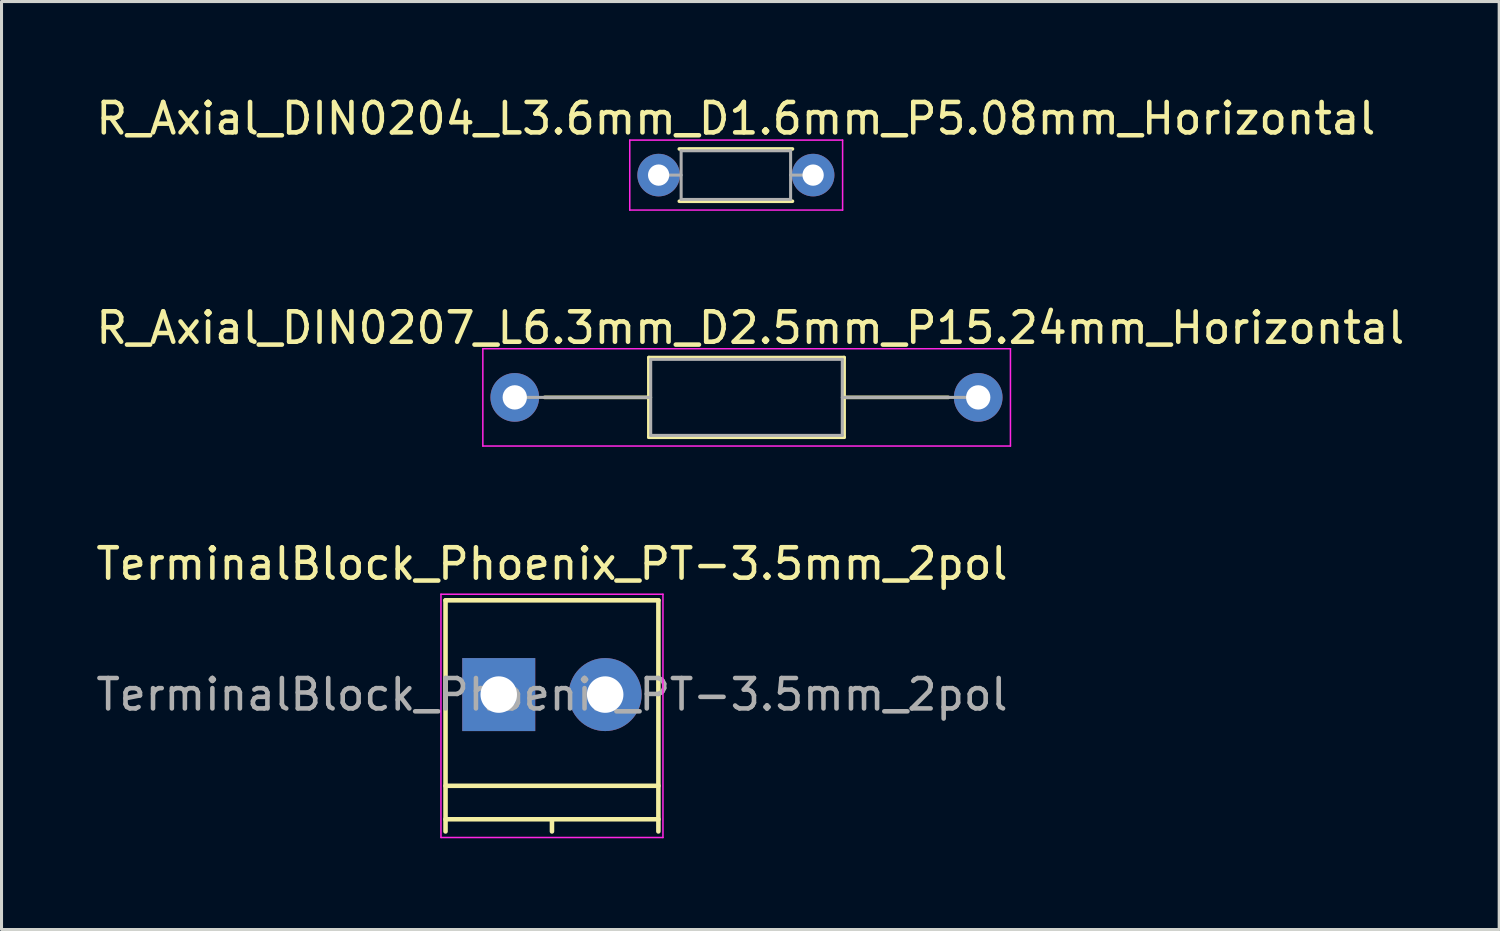
<source format=kicad_pcb>
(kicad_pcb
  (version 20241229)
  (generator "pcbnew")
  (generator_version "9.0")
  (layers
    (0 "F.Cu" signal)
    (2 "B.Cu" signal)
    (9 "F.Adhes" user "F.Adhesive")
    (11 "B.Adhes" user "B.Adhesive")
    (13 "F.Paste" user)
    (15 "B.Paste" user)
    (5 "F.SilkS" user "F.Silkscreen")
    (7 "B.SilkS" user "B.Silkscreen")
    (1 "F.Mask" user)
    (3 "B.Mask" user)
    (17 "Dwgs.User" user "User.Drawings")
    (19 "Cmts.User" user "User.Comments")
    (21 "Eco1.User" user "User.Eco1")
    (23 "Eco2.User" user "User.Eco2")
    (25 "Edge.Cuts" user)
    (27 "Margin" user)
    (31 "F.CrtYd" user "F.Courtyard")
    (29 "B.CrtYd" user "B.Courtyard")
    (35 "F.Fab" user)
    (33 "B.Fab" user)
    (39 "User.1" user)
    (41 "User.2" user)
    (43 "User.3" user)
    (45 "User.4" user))
  (footprint "R_Axial_DIN0204_L3.6mm_D1.6mm_P5.08mm_Horizontal"
    (layer "F.Cu")
    (at 18.609 2.708)
    (property "Reference" "R_Axial_DIN0204_L3.6mm_D1.6mm_P5.08mm_Horizontal" (at 2.54 -1.86 0) (layer "F.SilkS") (effects (font (size 1 1) (thickness 0.15))))
    (attr through_hole)
    (fp_line (start 0.68 -0.86) (end 4.4 -0.86) (stroke (width 0.12) (type solid)) (layer "F.SilkS"))
    (fp_line (start 0.68 0.86) (end 4.4 0.86) (stroke (width 0.12) (type solid)) (layer "F.SilkS"))
    (fp_line (start -0.95 -1.15) (end -0.95 1.15) (stroke (width 0.05) (type solid)) (layer "F.CrtYd"))
    (fp_line (start -0.95 1.15) (end 6.05 1.15) (stroke (width 0.05) (type solid)) (layer "F.CrtYd"))
    (fp_line (start 6.05 -1.15) (end -0.95 -1.15) (stroke (width 0.05) (type solid)) (layer "F.CrtYd"))
    (fp_line (start 6.05 1.15) (end 6.05 -1.15) (stroke (width 0.05) (type solid)) (layer "F.CrtYd"))
    (fp_line (start 0 0) (end 0.74 0) (stroke (width 0.1) (type solid)) (layer "F.Fab"))
    (fp_line (start 0.74 -0.8) (end 0.74 0.8) (stroke (width 0.1) (type solid)) (layer "F.Fab"))
    (fp_line (start 0.74 0.8) (end 4.34 0.8) (stroke (width 0.1) (type solid)) (layer "F.Fab"))
    (fp_line (start 4.34 -0.8) (end 0.74 -0.8) (stroke (width 0.1) (type solid)) (layer "F.Fab"))
    (fp_line (start 4.34 0.8) (end 4.34 -0.8) (stroke (width 0.1) (type solid)) (layer "F.Fab"))
    (fp_line (start 5.08 0) (end 4.34 0) (stroke (width 0.1) (type solid)) (layer "F.Fab"))
    (pad "1" thru_hole circle (at 0 0) (size 1.4 1.4) (drill 0.7) (layers "*.Cu" "*.Mask"))
    (pad "2" thru_hole oval (at 5.08 0) (size 1.4 1.4) (drill 0.7) (layers "*.Cu" "*.Mask")))
  (footprint "TerminalBlock_Phoenix_PT-3.5mm_2pol"
    (layer "F.Cu")
    (at 13.351 19.791)
    (property "Reference" "TerminalBlock_Phoenix_PT-3.5mm_2pol" (at 1.75 -4.3 0) (layer "F.SilkS") (effects (font (size 1 1) (thickness 0.15))))
    (attr through_hole)
    (fp_line (start -1.75 -3.1) (end -1.75 4.5) (stroke (width 0.15) (type solid)) (layer "F.SilkS"))
    (fp_line (start -1.75 3) (end 5.25 3) (stroke (width 0.15) (type solid)) (layer "F.SilkS"))
    (fp_line (start -1.75 4.1) (end 5.25 4.1) (stroke (width 0.15) (type solid)) (layer "F.SilkS"))
    (fp_line (start 1.75 4.1) (end 1.75 4.5) (stroke (width 0.15) (type solid)) (layer "F.SilkS"))
    (fp_line (start 5.25 -3.1) (end -1.75 -3.1) (stroke (width 0.15) (type solid)) (layer "F.SilkS"))
    (fp_line (start 5.25 4.5) (end 5.25 -3.1) (stroke (width 0.15) (type solid)) (layer "F.SilkS"))
    (fp_line (start -1.9 -3.3) (end 5.4 -3.3) (stroke (width 0.05) (type solid)) (layer "F.CrtYd"))
    (fp_line (start -1.9 4.7) (end -1.9 -3.3) (stroke (width 0.05) (type solid)) (layer "F.CrtYd"))
    (fp_line (start 5.4 -3.3) (end 5.4 4.7) (stroke (width 0.05) (type solid)) (layer "F.CrtYd"))
    (fp_line (start 5.4 4.7) (end -1.9 4.7) (stroke (width 0.05) (type solid)) (layer "F.CrtYd"))
    (fp_text user "${REFERENCE}" (at 1.75 0 0) (layer "F.Fab") (effects (font (size 1 1) (thickness 0.15))))
    (pad "1" thru_hole rect (at 0 0) (size 2.4 2.4) (drill 1.2) (layers "*.Cu" "*.Mask"))
    (pad "2" thru_hole circle (at 3.5 0) (size 2.4 2.4) (drill 1.2) (layers "*.Cu" "*.Mask")))
  (footprint "R_Axial_DIN0207_L6.3mm_D2.5mm_P15.24mm_Horizontal"
    (layer "F.Cu")
    (at 13.878 10.018)
    (property "Reference" "R_Axial_DIN0207_L6.3mm_D2.5mm_P15.24mm_Horizontal" (at 7.747 -2.286 0) (layer "F.SilkS") (effects (font (size 1 1) (thickness 0.15))))
    (attr through_hole)
    (fp_line (start 0.98 0) (end 4.41 0) (stroke (width 0.12) (type solid)) (layer "F.SilkS"))
    (fp_line (start 4.41 -1.31) (end 4.41 1.31) (stroke (width 0.12) (type solid)) (layer "F.SilkS"))
    (fp_line (start 4.41 1.31) (end 10.83 1.31) (stroke (width 0.12) (type solid)) (layer "F.SilkS"))
    (fp_line (start 10.83 -1.31) (end 4.41 -1.31) (stroke (width 0.12) (type solid)) (layer "F.SilkS"))
    (fp_line (start 10.83 1.31) (end 10.83 -1.31) (stroke (width 0.12) (type solid)) (layer "F.SilkS"))
    (fp_line (start 14.26 0) (end 10.83 0) (stroke (width 0.12) (type solid)) (layer "F.SilkS"))
    (fp_line (start -1.05 -1.6) (end -1.05 1.6) (stroke (width 0.05) (type solid)) (layer "F.CrtYd"))
    (fp_line (start -1.05 1.6) (end 16.3 1.6) (stroke (width 0.05) (type solid)) (layer "F.CrtYd"))
    (fp_line (start 16.3 -1.6) (end -1.05 -1.6) (stroke (width 0.05) (type solid)) (layer "F.CrtYd"))
    (fp_line (start 16.3 1.6) (end 16.3 -1.6) (stroke (width 0.05) (type solid)) (layer "F.CrtYd"))
    (fp_line (start 0 0) (end 4.47 0) (stroke (width 0.1) (type solid)) (layer "F.Fab"))
    (fp_line (start 4.47 -1.25) (end 4.47 1.25) (stroke (width 0.1) (type solid)) (layer "F.Fab"))
    (fp_line (start 4.47 1.25) (end 10.77 1.25) (stroke (width 0.1) (type solid)) (layer "F.Fab"))
    (fp_line (start 10.77 -1.25) (end 4.47 -1.25) (stroke (width 0.1) (type solid)) (layer "F.Fab"))
    (fp_line (start 10.77 1.25) (end 10.77 -1.25) (stroke (width 0.1) (type solid)) (layer "F.Fab"))
    (fp_line (start 15.24 0) (end 10.77 0) (stroke (width 0.1) (type solid)) (layer "F.Fab"))
    (pad "1" thru_hole circle (at 0 0) (size 1.6 1.6) (drill 0.8) (layers "*.Cu" "*.Mask"))
    (pad "2" thru_hole oval (at 15.24 0) (size 1.6 1.6) (drill 0.8) (layers "*.Cu" "*.Mask")))
  (gr_rect
    (start -3 -3)
    (end 46.25 27.516)
    (stroke (width 0.1) (type default))
    (fill no)
    (layer "Edge.Cuts")))
</source>
